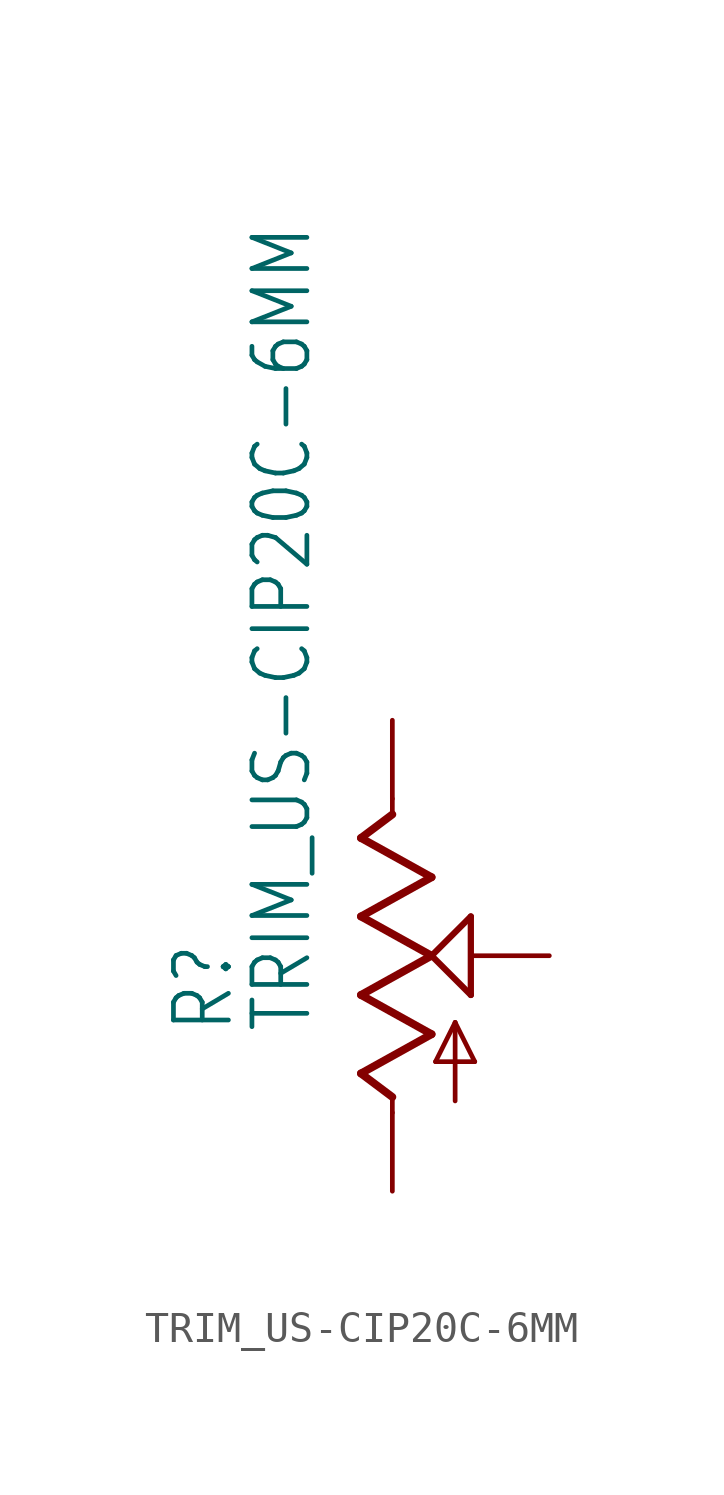
<source format=kicad_sym>
(kicad_symbol_lib
  (version 20211014)
  (generator kicad_symbol_editor)
  (symbol "TRIM_US-CIP20C-6MM"
    (property "Reference" "R"
      (at -5.08 -2.54 90)
      (effects (font (size 1.778 1.511)) (justify left bottom)))
    (property "Value" "TRIM_US-CIP20C-6MM"
      (at -2.54 -2.54 90)
      (effects (font (size 1.778 1.511)) (justify left bottom)))
    (property "ki_locked" ""
      (at 0 0 0)
      (effects (font (size 1.27 1.27))))
    (symbol "TRIM_US-CIP20C-6MM_1_0"
      (polyline (pts (xy -1.016 -3.81) (xy 1.27 -2.54)) (stroke (width 0.254) (type default) (color 0 0 0 0)) (fill (type none)))
      (polyline (pts (xy -1.016 -1.27) (xy 1.27 0)) (stroke (width 0.254) (type default) (color 0 0 0 0)) (fill (type none)))
      (polyline (pts (xy -1.016 1.27) (xy 1.27 2.54)) (stroke (width 0.254) (type default) (color 0 0 0 0)) (fill (type none)))
      (polyline (pts (xy -1.016 3.81) (xy 0 4.572)) (stroke (width 0.254) (type default) (color 0 0 0 0)) (fill (type none)))
      (polyline (pts (xy 0 -5.08) (xy 0 -4.572)) (stroke (width 0.152) (type default) (color 0 0 0 0)) (fill (type none)))
      (polyline (pts (xy 0 -4.572) (xy -1.016 -3.81)) (stroke (width 0.254) (type default) (color 0 0 0 0)) (fill (type none)))
      (polyline (pts (xy 0 4.572) (xy 0 5.08)) (stroke (width 0.152) (type default) (color 0 0 0 0)) (fill (type none)))
      (polyline (pts (xy 1.27 -2.54) (xy -1.016 -1.27)) (stroke (width 0.254) (type default) (color 0 0 0 0)) (fill (type none)))
      (polyline (pts (xy 1.27 0) (xy -1.016 1.27)) (stroke (width 0.254) (type default) (color 0 0 0 0)) (fill (type none)))
      (polyline (pts (xy 1.27 0) (xy 2.54 1.27)) (stroke (width 0.203) (type default) (color 0 0 0 0)) (fill (type none)))
      (polyline (pts (xy 1.27 2.54) (xy -1.016 3.81)) (stroke (width 0.254) (type default) (color 0 0 0 0)) (fill (type none)))
      (polyline (pts (xy 1.397 -3.429) (xy 2.032 -2.159)) (stroke (width 0.152) (type default) (color 0 0 0 0)) (fill (type none)))
      (polyline (pts (xy 2.032 -4.699) (xy 2.032 -2.159)) (stroke (width 0.152) (type default) (color 0 0 0 0)) (fill (type none)))
      (polyline (pts (xy 2.032 -2.159) (xy 2.667 -3.429)) (stroke (width 0.152) (type default) (color 0 0 0 0)) (fill (type none)))
      (polyline (pts (xy 2.54 -1.27) (xy 1.27 0)) (stroke (width 0.203) (type default) (color 0 0 0 0)) (fill (type none)))
      (polyline (pts (xy 2.54 1.27) (xy 2.54 -1.27)) (stroke (width 0.203) (type default) (color 0 0 0 0)) (fill (type none)))
      (polyline (pts (xy 2.667 -3.429) (xy 1.397 -3.429)) (stroke (width 0.152) (type default) (color 0 0 0 0)) (fill (type none)))
      (pin passive line (at 0 -7.62 90) (length 2.54) (name "A" (effects (font (size 0 0)))) (number "A" (effects (font (size 0 0)))))
      (pin passive line (at 0 7.62 270) (length 2.54) (name "E" (effects (font (size 0 0)))) (number "E" (effects (font (size 0 0)))))
      (pin passive line (at 5.08 0 180) (length 2.54) (name "S" (effects (font (size 0 0)))) (number "S" (effects (font (size 0 0))))))))
</source>
